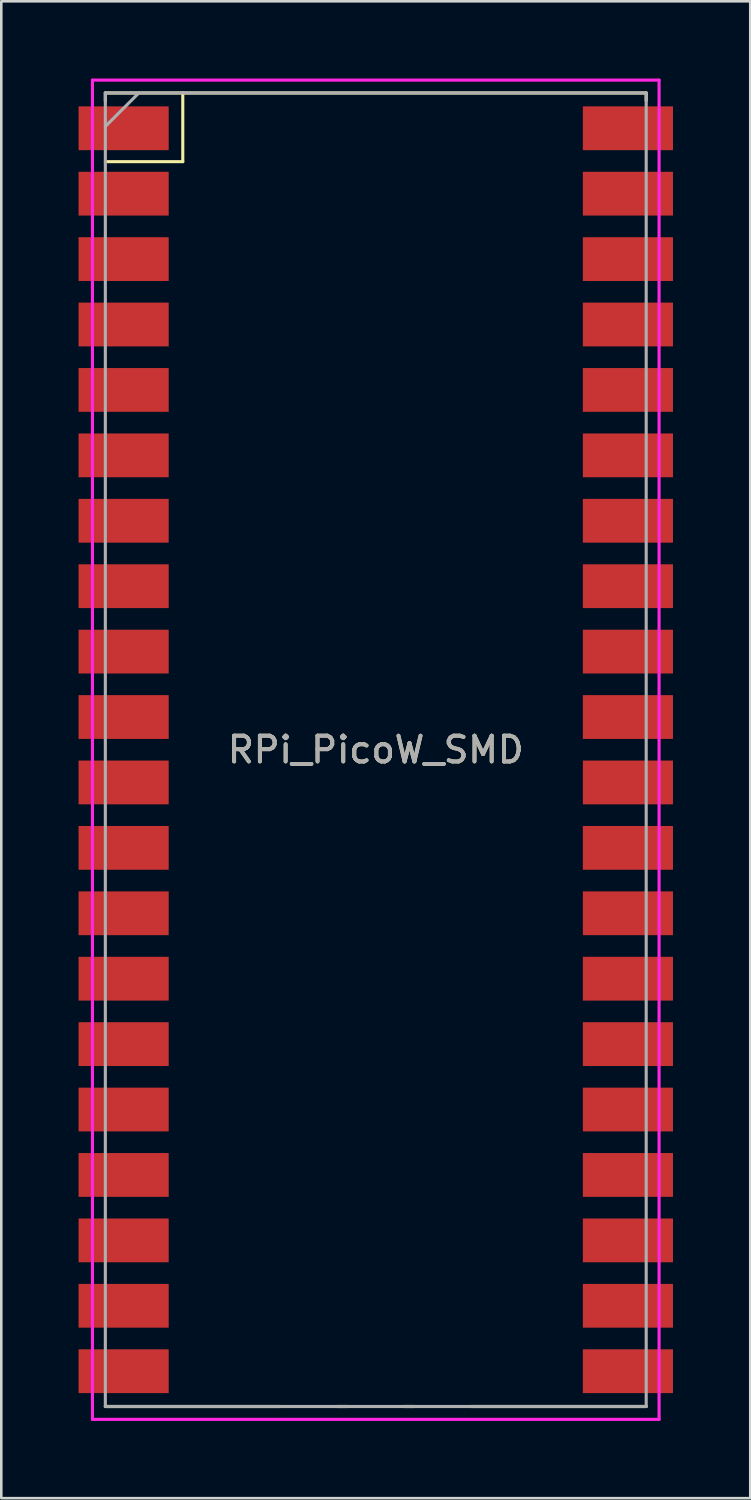
<source format=kicad_pcb>
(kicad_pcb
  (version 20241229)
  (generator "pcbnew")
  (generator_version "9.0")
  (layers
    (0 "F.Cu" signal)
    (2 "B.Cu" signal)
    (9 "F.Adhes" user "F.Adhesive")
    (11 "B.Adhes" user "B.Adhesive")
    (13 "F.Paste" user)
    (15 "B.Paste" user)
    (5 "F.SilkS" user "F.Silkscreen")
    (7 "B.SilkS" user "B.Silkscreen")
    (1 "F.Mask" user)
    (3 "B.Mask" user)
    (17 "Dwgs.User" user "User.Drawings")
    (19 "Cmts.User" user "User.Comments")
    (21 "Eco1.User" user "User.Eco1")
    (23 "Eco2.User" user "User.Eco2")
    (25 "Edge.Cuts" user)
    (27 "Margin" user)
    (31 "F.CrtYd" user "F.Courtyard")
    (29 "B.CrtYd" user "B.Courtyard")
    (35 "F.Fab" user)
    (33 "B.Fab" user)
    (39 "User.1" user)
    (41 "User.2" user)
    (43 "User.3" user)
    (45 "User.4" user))
  (footprint "RPi_PicoW_SMD"
    (layer "F.Cu")
    (at 11.54 26.06)
    (property "Reference" "RPi_PicoW_SMD" (at 0 0 0) (layer "F.SilkS") (effects (font (size 1 1) (thickness 0.15))))
    (attr smd)
    (fp_line (start -10.5 -25.5) (end -10.5 -25.2) (stroke (width 0.12) (type solid)) (layer "F.SilkS"))
    (fp_line (start -10.5 -25.5) (end 10.5 -25.5) (stroke (width 0.12) (type solid)) (layer "F.SilkS"))
    (fp_line (start -10.5 -22.833) (end -7.493 -22.833) (stroke (width 0.12) (type solid)) (layer "F.SilkS"))
    (fp_line (start -7.493 -22.833) (end -7.493 -25.5) (stroke (width 0.12) (type solid)) (layer "F.SilkS"))
    (fp_line (start -3.7 25.5) (end -10.5 25.5) (stroke (width 0.12) (type solid)) (layer "F.SilkS"))
    (fp_line (start -1.5 25.5) (end -1.1 25.5) (stroke (width 0.12) (type solid)) (layer "F.SilkS"))
    (fp_line (start 1.1 25.5) (end 1.5 25.5) (stroke (width 0.12) (type solid)) (layer "F.SilkS"))
    (fp_line (start 10.5 -25.5) (end 10.5 -25.2) (stroke (width 0.12) (type solid)) (layer "F.SilkS"))
    (fp_line (start 10.5 25.5) (end 3.7 25.5) (stroke (width 0.12) (type solid)) (layer "F.SilkS"))
    (fp_line (start -11 -26) (end 11 -26) (stroke (width 0.12) (type solid)) (layer "F.CrtYd"))
    (fp_line (start -11 26) (end -11 -26) (stroke (width 0.12) (type solid)) (layer "F.CrtYd"))
    (fp_line (start 11 -26) (end 11 26) (stroke (width 0.12) (type solid)) (layer "F.CrtYd"))
    (fp_line (start 11 26) (end -11 26) (stroke (width 0.12) (type solid)) (layer "F.CrtYd"))
    (fp_line (start -10.5 -25.5) (end 10.5 -25.5) (stroke (width 0.12) (type solid)) (layer "F.Fab"))
    (fp_line (start -10.5 -24.2) (end -9.2 -25.5) (stroke (width 0.12) (type solid)) (layer "F.Fab"))
    (fp_line (start -10.5 25.5) (end -10.5 -25.5) (stroke (width 0.12) (type solid)) (layer "F.Fab"))
    (fp_line (start 10.5 -25.5) (end 10.5 25.5) (stroke (width 0.12) (type solid)) (layer "F.Fab"))
    (fp_line (start 10.5 25.5) (end -10.5 25.5) (stroke (width 0.12) (type solid)) (layer "F.Fab"))
    (fp_text user "${REFERENCE}" (at 0 0 180) (layer "F.Fab") (effects (font (size 1 1) (thickness 0.15))))
    (pad "1" smd rect (at -8.89 -24.13) (size 3.5 1.7) (drill (offset -0.9 0)) (layers "F.Cu" "F.Mask" "F.Paste"))
    (pad "2" smd rect (at -8.89 -21.59) (size 3.5 1.7) (drill (offset -0.9 0)) (layers "F.Cu" "F.Mask" "F.Paste"))
    (pad "3" smd rect (at -8.89 -19.05) (size 3.5 1.7) (drill (offset -0.9 0)) (layers "F.Cu" "F.Mask" "F.Paste"))
    (pad "4" smd rect (at -8.89 -16.51) (size 3.5 1.7) (drill (offset -0.9 0)) (layers "F.Cu" "F.Mask" "F.Paste"))
    (pad "5" smd rect (at -8.89 -13.97) (size 3.5 1.7) (drill (offset -0.9 0)) (layers "F.Cu" "F.Mask" "F.Paste"))
    (pad "6" smd rect (at -8.89 -11.43) (size 3.5 1.7) (drill (offset -0.9 0)) (layers "F.Cu" "F.Mask" "F.Paste"))
    (pad "7" smd rect (at -8.89 -8.89) (size 3.5 1.7) (drill (offset -0.9 0)) (layers "F.Cu" "F.Mask" "F.Paste"))
    (pad "8" smd rect (at -8.89 -6.35) (size 3.5 1.7) (drill (offset -0.9 0)) (layers "F.Cu" "F.Mask" "F.Paste"))
    (pad "9" smd rect (at -8.89 -3.81) (size 3.5 1.7) (drill (offset -0.9 0)) (layers "F.Cu" "F.Mask" "F.Paste"))
    (pad "10" smd rect (at -8.89 -1.27) (size 3.5 1.7) (drill (offset -0.9 0)) (layers "F.Cu" "F.Mask" "F.Paste"))
    (pad "11" smd rect (at -8.89 1.27) (size 3.5 1.7) (drill (offset -0.9 0)) (layers "F.Cu" "F.Mask" "F.Paste"))
    (pad "12" smd rect (at -8.89 3.81) (size 3.5 1.7) (drill (offset -0.9 0)) (layers "F.Cu" "F.Mask" "F.Paste"))
    (pad "13" smd rect (at -8.89 6.35) (size 3.5 1.7) (drill (offset -0.9 0)) (layers "F.Cu" "F.Mask" "F.Paste"))
    (pad "14" smd rect (at -8.89 8.89) (size 3.5 1.7) (drill (offset -0.9 0)) (layers "F.Cu" "F.Mask" "F.Paste"))
    (pad "15" smd rect (at -8.89 11.43) (size 3.5 1.7) (drill (offset -0.9 0)) (layers "F.Cu" "F.Mask" "F.Paste"))
    (pad "16" smd rect (at -8.89 13.97) (size 3.5 1.7) (drill (offset -0.9 0)) (layers "F.Cu" "F.Mask" "F.Paste"))
    (pad "17" smd rect (at -8.89 16.51) (size 3.5 1.7) (drill (offset -0.9 0)) (layers "F.Cu" "F.Mask" "F.Paste"))
    (pad "18" smd rect (at -8.89 19.05) (size 3.5 1.7) (drill (offset -0.9 0)) (layers "F.Cu" "F.Mask" "F.Paste"))
    (pad "19" smd rect (at -8.89 21.59) (size 3.5 1.7) (drill (offset -0.9 0)) (layers "F.Cu" "F.Mask" "F.Paste"))
    (pad "20" smd rect (at -8.89 24.13) (size 3.5 1.7) (drill (offset -0.9 0)) (layers "F.Cu" "F.Mask" "F.Paste"))
    (pad "21" smd rect (at 8.89 24.13) (size 3.5 1.7) (drill (offset 0.9 0)) (layers "F.Cu" "F.Mask" "F.Paste"))
    (pad "22" smd rect (at 8.89 21.59) (size 3.5 1.7) (drill (offset 0.9 0)) (layers "F.Cu" "F.Mask" "F.Paste"))
    (pad "23" smd rect (at 8.89 19.05) (size 3.5 1.7) (drill (offset 0.9 0)) (layers "F.Cu" "F.Mask" "F.Paste"))
    (pad "24" smd rect (at 8.89 16.51) (size 3.5 1.7) (drill (offset 0.9 0)) (layers "F.Cu" "F.Mask" "F.Paste"))
    (pad "25" smd rect (at 8.89 13.97) (size 3.5 1.7) (drill (offset 0.9 0)) (layers "F.Cu" "F.Mask" "F.Paste"))
    (pad "26" smd rect (at 8.89 11.43) (size 3.5 1.7) (drill (offset 0.9 0)) (layers "F.Cu" "F.Mask" "F.Paste"))
    (pad "27" smd rect (at 8.89 8.89) (size 3.5 1.7) (drill (offset 0.9 0)) (layers "F.Cu" "F.Mask" "F.Paste"))
    (pad "28" smd rect (at 8.89 6.35) (size 3.5 1.7) (drill (offset 0.9 0)) (layers "F.Cu" "F.Mask" "F.Paste"))
    (pad "29" smd rect (at 8.89 3.81) (size 3.5 1.7) (drill (offset 0.9 0)) (layers "F.Cu" "F.Mask" "F.Paste"))
    (pad "30" smd rect (at 8.89 1.27) (size 3.5 1.7) (drill (offset 0.9 0)) (layers "F.Cu" "F.Mask" "F.Paste"))
    (pad "31" smd rect (at 8.89 -1.27) (size 3.5 1.7) (drill (offset 0.9 0)) (layers "F.Cu" "F.Mask" "F.Paste"))
    (pad "32" smd rect (at 8.89 -3.81) (size 3.5 1.7) (drill (offset 0.9 0)) (layers "F.Cu" "F.Mask" "F.Paste"))
    (pad "33" smd rect (at 8.89 -6.35) (size 3.5 1.7) (drill (offset 0.9 0)) (layers "F.Cu" "F.Mask" "F.Paste"))
    (pad "34" smd rect (at 8.89 -8.89) (size 3.5 1.7) (drill (offset 0.9 0)) (layers "F.Cu" "F.Mask" "F.Paste"))
    (pad "35" smd rect (at 8.89 -11.43) (size 3.5 1.7) (drill (offset 0.9 0)) (layers "F.Cu" "F.Mask" "F.Paste"))
    (pad "36" smd rect (at 8.89 -13.97) (size 3.5 1.7) (drill (offset 0.9 0)) (layers "F.Cu" "F.Mask" "F.Paste"))
    (pad "37" smd rect (at 8.89 -16.51) (size 3.5 1.7) (drill (offset 0.9 0)) (layers "F.Cu" "F.Mask" "F.Paste"))
    (pad "38" smd rect (at 8.89 -19.05) (size 3.5 1.7) (drill (offset 0.9 0)) (layers "F.Cu" "F.Mask" "F.Paste"))
    (pad "39" smd rect (at 8.89 -21.59) (size 3.5 1.7) (drill (offset 0.9 0)) (layers "F.Cu" "F.Mask" "F.Paste"))
    (pad "40" smd rect (at 8.89 -24.13) (size 3.5 1.7) (drill (offset 0.9 0)) (layers "F.Cu" "F.Mask" "F.Paste"))
    (zone (net_name "") (layer "F.Cu") (hatch edge 0.5) (connect_pads) (min_thickness 0.25) (filled_areas_thickness no) (keepout (tracks not_allowed) (vias not_allowed) (pads not_allowed) (copperpour not_allowed) (footprints allowed)) (placement (enabled no)) (fill) (polygon (pts (xy 7.79 1.11) (xy 7.79 5.91) (xy 15.29 5.91) (xy 15.29 1.11))))
    (zone (net_name "") (layer "F.Cu") (hatch edge 0.5) (connect_pads) (min_thickness 0.25) (filled_areas_thickness no) (keepout (tracks not_allowed) (vias not_allowed) (pads not_allowed) (copperpour not_allowed) (footprints allowed)) (placement (enabled no)) (fill) (polygon (pts (xy 7.99 9.11) (xy 7.99 11.21) (xy 10.09 11.21) (xy 10.09 9.11))))
    (zone (net_name "") (layer "F.Cu") (hatch edge 0.5) (connect_pads) (min_thickness 0.25) (filled_areas_thickness no) (keepout (tracks not_allowed) (vias not_allowed) (pads not_allowed) (copperpour not_allowed) (footprints allowed)) (placement (enabled no)) (fill) (polygon (pts (xy 7.99 11.61) (xy 7.99 13.71) (xy 10.09 13.71) (xy 10.09 11.61))))
    (zone (net_name "") (layer "F.Cu") (hatch edge 0.5) (connect_pads) (min_thickness 0.25) (filled_areas_thickness no) (keepout (tracks not_allowed) (vias not_allowed) (pads not_allowed) (copperpour not_allowed) (footprints allowed)) (placement (enabled no)) (fill) (polygon (pts (xy 7.99 14.11) (xy 7.99 16.21) (xy 10.09 16.21) (xy 10.09 14.11))))
    (zone (net_name "") (layer "F.Cu") (hatch edge 0.5) (connect_pads) (min_thickness 0.25) (filled_areas_thickness no) (keepout (tracks not_allowed) (vias not_allowed) (pads not_allowed) (copperpour not_allowed) (footprints allowed)) (placement (enabled no)) (fill) (polygon (pts (xy 10.64 30.16) (xy 10.64 33.16) (xy 18.64 33.16) (xy 18.64 30.16))))
    (zone (net_name "") (layers "F.Cu" "B.Cu") (hatch edge 0.5) (connect_pads) (min_thickness 0.25) (filled_areas_thickness no) (keepout (tracks not_allowed) (vias not_allowed) (pads not_allowed) (copperpour not_allowed) (footprints allowed)) (placement (enabled no)) (fill) (polygon (pts (xy 4.38 51.62) (xy 4.38 43) (xy 18.7 43) (xy 18.7 51.62)))))
  (gr_rect
    (start -3 -3)
    (end 26.08 55.12)
    (stroke (width 0.1) (type default))
    (fill no)
    (layer "Edge.Cuts")))
</source>
